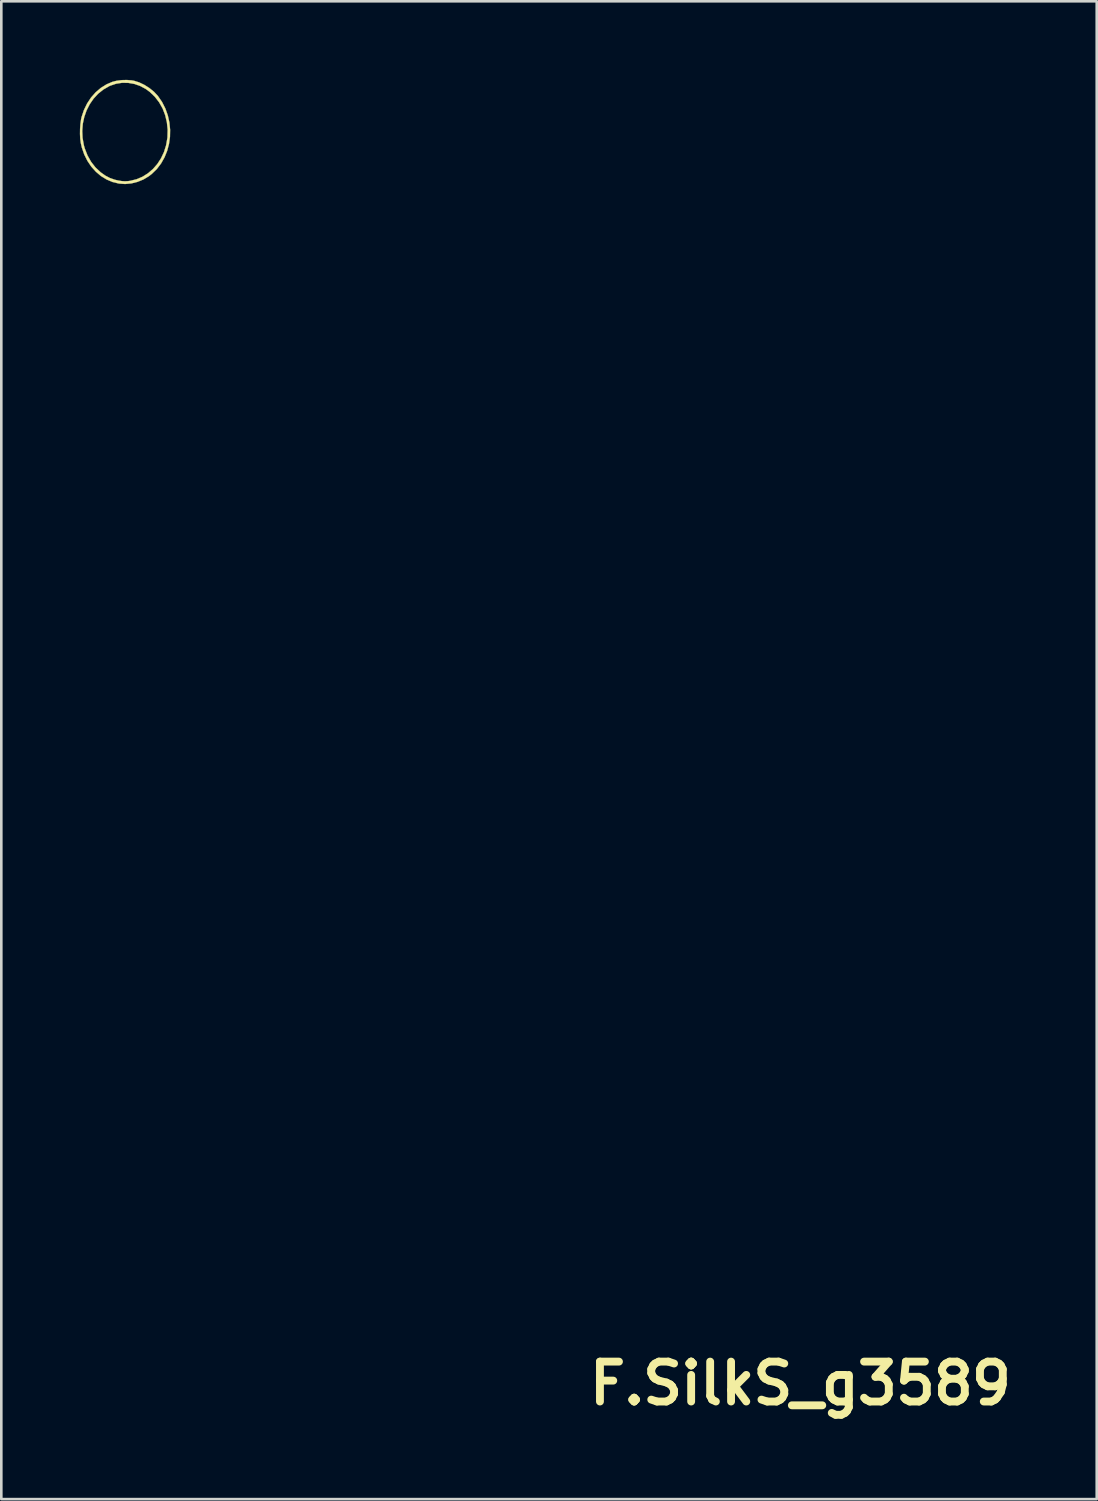
<source format=kicad_pcb>
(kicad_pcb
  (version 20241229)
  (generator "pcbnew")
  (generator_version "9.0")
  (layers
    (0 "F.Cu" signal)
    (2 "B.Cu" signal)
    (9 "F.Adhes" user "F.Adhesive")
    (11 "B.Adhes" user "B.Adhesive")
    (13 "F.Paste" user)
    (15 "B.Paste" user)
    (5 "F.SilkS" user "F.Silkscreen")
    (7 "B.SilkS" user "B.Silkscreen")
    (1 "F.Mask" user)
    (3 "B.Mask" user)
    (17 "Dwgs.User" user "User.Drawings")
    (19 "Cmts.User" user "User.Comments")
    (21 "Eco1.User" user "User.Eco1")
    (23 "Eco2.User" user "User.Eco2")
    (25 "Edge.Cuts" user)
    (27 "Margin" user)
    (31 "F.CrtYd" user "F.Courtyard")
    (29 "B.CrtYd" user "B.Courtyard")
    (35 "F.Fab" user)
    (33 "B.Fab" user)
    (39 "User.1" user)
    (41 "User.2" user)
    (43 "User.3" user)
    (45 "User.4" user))
  (footprint "F.SilkS_g3589"
    (layer "F.Cu")
    (at 27.52 49.788)
    (property "Reference" "F.SilkS_g3589" (at 0 0 0) (layer "F.SilkS") (effects (font (size 1.524 1.524) (thickness 0.3))))
    (attr through_hole)
    (fp_poly (pts (xy -25.545 -49.769) (xy -25.453 -49.753) (xy -25.255 -49.691) (xy -25.055 -49.596) (xy -24.862 -49.473) (xy -24.687 -49.331) (xy -24.542 -49.176) (xy -24.541 -49.175) (xy -24.38 -48.941) (xy -24.253 -48.69) (xy -24.16 -48.428) (xy -24.1 -48.158) (xy -24.073 -47.884) (xy -24.078 -47.61) (xy -24.116 -47.34) (xy -24.185 -47.079) (xy -24.286 -46.83) (xy -24.417 -46.597) (xy -24.578 -46.385) (xy -24.77 -46.198) (xy -24.884 -46.109) (xy -25.092 -45.984) (xy -25.318 -45.892) (xy -25.554 -45.833) (xy -25.792 -45.811) (xy -26.024 -45.827) (xy -26.269 -45.886) (xy -26.5 -45.983) (xy -26.714 -46.115) (xy -26.909 -46.28) (xy -27.083 -46.474) (xy -27.231 -46.694) (xy -27.353 -46.938) (xy -27.444 -47.202) (xy -27.486 -47.384) (xy -27.506 -47.54) (xy -27.515 -47.722) (xy -27.513 -47.845) (xy -27.429 -47.845) (xy -27.417 -47.571) (xy -27.368 -47.296) (xy -27.333 -47.171) (xy -27.227 -46.899) (xy -27.09 -46.656) (xy -26.923 -46.442) (xy -26.725 -46.257) (xy -26.725 -46.257) (xy -26.548 -46.131) (xy -26.373 -46.039) (xy -26.185 -45.974) (xy -26.046 -45.942) (xy -25.911 -45.921) (xy -25.796 -45.914) (xy -25.682 -45.92) (xy -25.592 -45.933) (xy -25.35 -45.993) (xy -25.124 -46.09) (xy -24.915 -46.222) (xy -24.726 -46.385) (xy -24.56 -46.576) (xy -24.42 -46.792) (xy -24.308 -47.03) (xy -24.227 -47.287) (xy -24.179 -47.56) (xy -24.175 -47.594) (xy -24.167 -47.887) (xy -24.197 -48.171) (xy -24.262 -48.442) (xy -24.361 -48.697) (xy -24.494 -48.932) (xy -24.657 -49.143) (xy -24.85 -49.328) (xy -25.004 -49.441) (xy -25.216 -49.555) (xy -25.44 -49.633) (xy -25.673 -49.673) (xy -25.907 -49.676) (xy -26.137 -49.64) (xy -26.358 -49.566) (xy -26.394 -49.55) (xy -26.62 -49.42) (xy -26.821 -49.26) (xy -26.996 -49.071) (xy -27.143 -48.858) (xy -27.262 -48.625) (xy -27.35 -48.376) (xy -27.407 -48.115) (xy -27.429 -47.845) (xy -27.513 -47.845) (xy -27.512 -47.913) (xy -27.499 -48.102) (xy -27.475 -48.272) (xy -27.455 -48.366) (xy -27.365 -48.635) (xy -27.244 -48.884) (xy -27.094 -49.111) (xy -26.919 -49.31) (xy -26.72 -49.48) (xy -26.502 -49.616) (xy -26.278 -49.712) (xy -26.113 -49.754) (xy -25.925 -49.778) (xy -25.73 -49.783) (xy -25.545 -49.769)) (stroke (width 0.01) (type solid)) (fill yes) (layer "F.SilkS")))
  (gr_rect
    (start -3 -3)
    (end 38.837 54.206)
    (stroke (width 0.1) (type default))
    (fill no)
    (layer "Edge.Cuts")))
</source>
